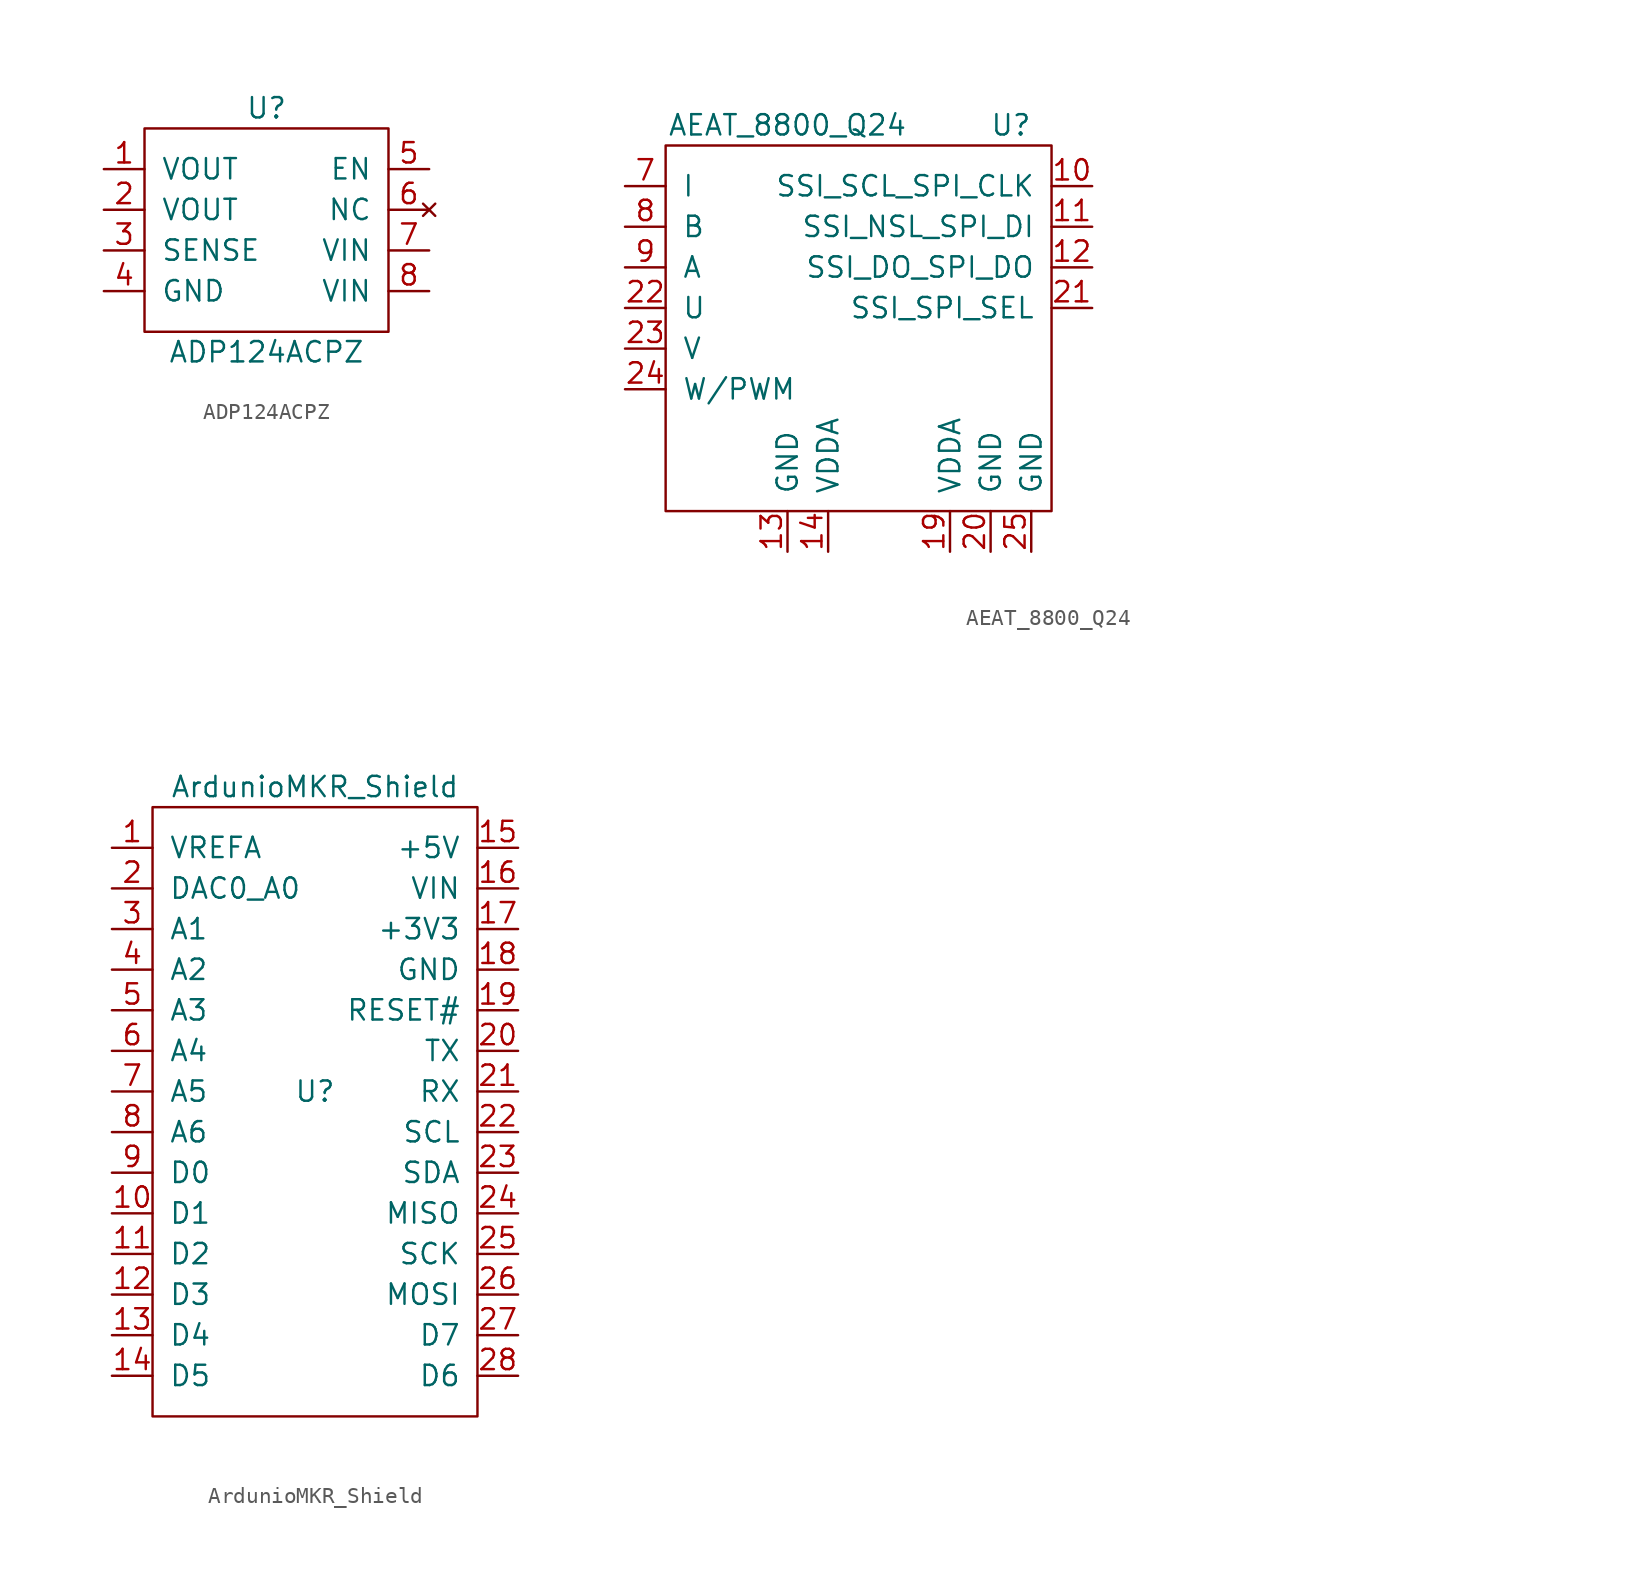
<source format=kicad_sym>
(kicad_symbol_lib
  (version 20231120)
  (generator "kicad_symbol_editor")
  (generator_version "8.0")
  (symbol "ADP124ACPZ"
    (pin_names
      (offset 1.016))
    (property "Reference" "U"
      (at 0 7.62 0)
      (effects (font (size 1.27 1.27))))
    (property "Value" "ADP124ACPZ"
      (at 0 -7.62 0)
      (effects (font (size 1.27 1.27))))
    (symbol "ADP124ACPZ_0_0"
      (pin power_out line (at -10.16 3.81 0) (length 2.54) (name "VOUT" (effects (font (size 1.27 1.27)))) (number "1" (effects (font (size 1.27 1.27)))))
      (pin power_out line (at -10.16 1.27 0) (length 2.54) (name "VOUT" (effects (font (size 1.27 1.27)))) (number "2" (effects (font (size 1.27 1.27)))))
      (pin input line (at -10.16 -1.27 0) (length 2.54) (name "SENSE" (effects (font (size 1.27 1.27)))) (number "3" (effects (font (size 1.27 1.27)))))
      (pin power_in line (at -10.16 -3.81 0) (length 2.54) (name "GND" (effects (font (size 1.27 1.27)))) (number "4" (effects (font (size 1.27 1.27)))))
      (pin input line (at 10.16 3.81 180) (length 2.54) (name "EN" (effects (font (size 1.27 1.27)))) (number "5" (effects (font (size 1.27 1.27)))))
      (pin no_connect line (at 10.16 1.27 180) (length 2.54) (name "NC" (effects (font (size 1.27 1.27)))) (number "6" (effects (font (size 1.27 1.27)))))
      (pin power_in line (at 10.16 -1.27 180) (length 2.54) (name "VIN" (effects (font (size 1.27 1.27)))) (number "7" (effects (font (size 1.27 1.27)))))
      (pin power_in line (at 10.16 -3.81 180) (length 2.54) (name "VIN" (effects (font (size 1.27 1.27)))) (number "8" (effects (font (size 1.27 1.27))))))
    (symbol "ADP124ACPZ_0_1"
      (rectangle (start -7.62 6.35) (end 7.62 -6.35) (stroke (width 0) (type default)) (fill (type none)))))
  (symbol "AEAT_8800_Q24"
    (pin_names
      (offset 1.016))
    (property "Reference" "U"
      (at 7.62 15.24 0)
      (effects (font (size 1.27 1.27))))
    (property "Value" "AEAT_8800_Q24"
      (at -6.35 15.24 0)
      (effects (font (size 1.27 1.27))))
    (symbol "AEAT_8800_Q24_0_0"
      (pin no_connect line (at 34.29 12.7 0) (length 2.54) hide (name "NC" (effects (font (size 1.27 1.27)))) (number "1" (effects (font (size 1.27 1.27)))))
      (pin input line (at 12.7 11.43 180) (length 2.54) (name "SSI_SCL_SPI_CLK" (effects (font (size 1.27 1.27)))) (number "10" (effects (font (size 1.27 1.27)))))
      (pin input line (at 12.7 8.89 180) (length 2.54) (name "SSI_NSL_SPI_DI" (effects (font (size 1.27 1.27)))) (number "11" (effects (font (size 1.27 1.27)))))
      (pin output line (at 12.7 6.35 180) (length 2.54) (name "SSI_DO_SPI_DO" (effects (font (size 1.27 1.27)))) (number "12" (effects (font (size 1.27 1.27)))))
      (pin power_in line (at -6.35 -11.43 90) (length 2.54) (name "GND" (effects (font (size 1.27 1.27)))) (number "13" (effects (font (size 1.27 1.27)))))
      (pin power_in line (at -3.81 -11.43 90) (length 2.54) (name "VDDA" (effects (font (size 1.27 1.27)))) (number "14" (effects (font (size 1.27 1.27)))))
      (pin no_connect line (at 34.29 -2.54 0) (length 2.54) hide (name "NC" (effects (font (size 1.27 1.27)))) (number "15" (effects (font (size 1.27 1.27)))))
      (pin no_connect line (at 34.29 -5.08 0) (length 2.54) hide (name "NC" (effects (font (size 1.27 1.27)))) (number "16" (effects (font (size 1.27 1.27)))))
      (pin no_connect line (at 34.29 -7.62 0) (length 2.54) hide (name "NC" (effects (font (size 1.27 1.27)))) (number "17" (effects (font (size 1.27 1.27)))))
      (pin no_connect line (at 34.29 -10.16 0) (length 2.54) hide (name "NC" (effects (font (size 1.27 1.27)))) (number "18" (effects (font (size 1.27 1.27)))))
      (pin power_in line (at 3.81 -11.43 90) (length 2.54) (name "VDDA" (effects (font (size 1.27 1.27)))) (number "19" (effects (font (size 1.27 1.27)))))
      (pin no_connect line (at 34.29 10.16 0) (length 2.54) hide (name "NC" (effects (font (size 1.27 1.27)))) (number "2" (effects (font (size 1.27 1.27)))))
      (pin power_in line (at 6.35 -11.43 90) (length 2.54) (name "GND" (effects (font (size 1.27 1.27)))) (number "20" (effects (font (size 1.27 1.27)))))
      (pin input line (at 12.7 3.81 180) (length 2.54) (name "SSI_SPI_SEL" (effects (font (size 1.27 1.27)))) (number "21" (effects (font (size 1.27 1.27)))))
      (pin output line (at -16.51 3.81 0) (length 2.54) (name "U" (effects (font (size 1.27 1.27)))) (number "22" (effects (font (size 1.27 1.27)))))
      (pin output line (at -16.51 1.27 0) (length 2.54) (name "V" (effects (font (size 1.27 1.27)))) (number "23" (effects (font (size 1.27 1.27)))))
      (pin output line (at -16.51 -1.27 0) (length 2.54) (name "W/PWM" (effects (font (size 1.27 1.27)))) (number "24" (effects (font (size 1.27 1.27)))))
      (pin power_in line (at 8.89 -11.43 90) (length 2.54) (name "GND" (effects (font (size 1.27 1.27)))) (number "25" (effects (font (size 1.27 1.27)))))
      (pin no_connect line (at 34.29 7.62 0) (length 2.54) hide (name "NC" (effects (font (size 1.27 1.27)))) (number "3" (effects (font (size 1.27 1.27)))))
      (pin no_connect line (at 34.29 5.08 0) (length 2.54) hide (name "NC" (effects (font (size 1.27 1.27)))) (number "4" (effects (font (size 1.27 1.27)))))
      (pin no_connect line (at 34.29 2.54 0) (length 2.54) hide (name "NC" (effects (font (size 1.27 1.27)))) (number "5" (effects (font (size 1.27 1.27)))))
      (pin no_connect line (at 34.29 0 0) (length 2.54) hide (name "NC" (effects (font (size 1.27 1.27)))) (number "6" (effects (font (size 1.27 1.27)))))
      (pin output line (at -16.51 11.43 0) (length 2.54) (name "I" (effects (font (size 1.27 1.27)))) (number "7" (effects (font (size 1.27 1.27)))))
      (pin output line (at -16.51 8.89 0) (length 2.54) (name "B" (effects (font (size 1.27 1.27)))) (number "8" (effects (font (size 1.27 1.27)))))
      (pin output line (at -16.51 6.35 0) (length 2.54) (name "A" (effects (font (size 1.27 1.27)))) (number "9" (effects (font (size 1.27 1.27))))))
    (symbol "AEAT_8800_Q24_0_1"
      (rectangle (start -13.97 13.97) (end 10.16 -8.89) (stroke (width 0) (type default)) (fill (type none)))))
  (symbol "ArdunioMKR_Shield"
    (pin_names
      (offset 1.016))
    (property "Reference" "U"
      (at 0 3.81 0)
      (effects (font (size 1.27 1.27))))
    (property "Value" "ArdunioMKR_Shield"
      (at 0 22.86 0)
      (effects (font (size 1.27 1.27))))
    (symbol "ArdunioMKR_Shield_0_0"
      (pin bidirectional line (at -12.7 19.05 0) (length 2.54) (name "VREFA" (effects (font (size 1.27 1.27)))) (number "1" (effects (font (size 1.27 1.27)))))
      (pin bidirectional line (at -12.7 -3.81 0) (length 2.54) (name "D1" (effects (font (size 1.27 1.27)))) (number "10" (effects (font (size 1.27 1.27)))))
      (pin bidirectional line (at -12.7 -6.35 0) (length 2.54) (name "D2" (effects (font (size 1.27 1.27)))) (number "11" (effects (font (size 1.27 1.27)))))
      (pin bidirectional line (at -12.7 -8.89 0) (length 2.54) (name "D3" (effects (font (size 1.27 1.27)))) (number "12" (effects (font (size 1.27 1.27)))))
      (pin bidirectional line (at -12.7 -11.43 0) (length 2.54) (name "D4" (effects (font (size 1.27 1.27)))) (number "13" (effects (font (size 1.27 1.27)))))
      (pin bidirectional line (at -12.7 -13.97 0) (length 2.54) (name "D5" (effects (font (size 1.27 1.27)))) (number "14" (effects (font (size 1.27 1.27)))))
      (pin power_in line (at 12.7 19.05 180) (length 2.54) (name "+5V" (effects (font (size 1.27 1.27)))) (number "15" (effects (font (size 1.27 1.27)))))
      (pin power_in line (at 12.7 16.51 180) (length 2.54) (name "VIN" (effects (font (size 1.27 1.27)))) (number "16" (effects (font (size 1.27 1.27)))))
      (pin power_in line (at 12.7 13.97 180) (length 2.54) (name "+3V3" (effects (font (size 1.27 1.27)))) (number "17" (effects (font (size 1.27 1.27)))))
      (pin power_out line (at 12.7 11.43 180) (length 2.54) (name "GND" (effects (font (size 1.27 1.27)))) (number "18" (effects (font (size 1.27 1.27)))))
      (pin bidirectional line (at 12.7 8.89 180) (length 2.54) (name "RESET#" (effects (font (size 1.27 1.27)))) (number "19" (effects (font (size 1.27 1.27)))))
      (pin bidirectional line (at -12.7 16.51 0) (length 2.54) (name "DAC0_A0" (effects (font (size 1.27 1.27)))) (number "2" (effects (font (size 1.27 1.27)))))
      (pin bidirectional line (at 12.7 6.35 180) (length 2.54) (name "TX" (effects (font (size 1.27 1.27)))) (number "20" (effects (font (size 1.27 1.27)))))
      (pin bidirectional line (at 12.7 3.81 180) (length 2.54) (name "RX" (effects (font (size 1.27 1.27)))) (number "21" (effects (font (size 1.27 1.27)))))
      (pin bidirectional line (at 12.7 1.27 180) (length 2.54) (name "SCL" (effects (font (size 1.27 1.27)))) (number "22" (effects (font (size 1.27 1.27)))))
      (pin bidirectional line (at 12.7 -1.27 180) (length 2.54) (name "SDA" (effects (font (size 1.27 1.27)))) (number "23" (effects (font (size 1.27 1.27)))))
      (pin bidirectional line (at 12.7 -3.81 180) (length 2.54) (name "MISO" (effects (font (size 1.27 1.27)))) (number "24" (effects (font (size 1.27 1.27)))))
      (pin bidirectional line (at 12.7 -6.35 180) (length 2.54) (name "SCK" (effects (font (size 1.27 1.27)))) (number "25" (effects (font (size 1.27 1.27)))))
      (pin bidirectional line (at 12.7 -8.89 180) (length 2.54) (name "MOSI" (effects (font (size 1.27 1.27)))) (number "26" (effects (font (size 1.27 1.27)))))
      (pin bidirectional line (at 12.7 -11.43 180) (length 2.54) (name "D7" (effects (font (size 1.27 1.27)))) (number "27" (effects (font (size 1.27 1.27)))))
      (pin bidirectional line (at 12.7 -13.97 180) (length 2.54) (name "D6" (effects (font (size 1.27 1.27)))) (number "28" (effects (font (size 1.27 1.27)))))
      (pin bidirectional line (at -12.7 13.97 0) (length 2.54) (name "A1" (effects (font (size 1.27 1.27)))) (number "3" (effects (font (size 1.27 1.27)))))
      (pin bidirectional line (at -12.7 11.43 0) (length 2.54) (name "A2" (effects (font (size 1.27 1.27)))) (number "4" (effects (font (size 1.27 1.27)))))
      (pin bidirectional line (at -12.7 8.89 0) (length 2.54) (name "A3" (effects (font (size 1.27 1.27)))) (number "5" (effects (font (size 1.27 1.27)))))
      (pin bidirectional line (at -12.7 6.35 0) (length 2.54) (name "A4" (effects (font (size 1.27 1.27)))) (number "6" (effects (font (size 1.27 1.27)))))
      (pin bidirectional line (at -12.7 3.81 0) (length 2.54) (name "A5" (effects (font (size 1.27 1.27)))) (number "7" (effects (font (size 1.27 1.27)))))
      (pin bidirectional line (at -12.7 1.27 0) (length 2.54) (name "A6" (effects (font (size 1.27 1.27)))) (number "8" (effects (font (size 1.27 1.27)))))
      (pin bidirectional line (at -12.7 -1.27 0) (length 2.54) (name "D0" (effects (font (size 1.27 1.27)))) (number "9" (effects (font (size 1.27 1.27))))))
    (symbol "ArdunioMKR_Shield_1_1"
      (rectangle (start -10.16 -16.51) (end 10.16 21.59) (stroke (width 0) (type default)) (fill (type none))))))
</source>
